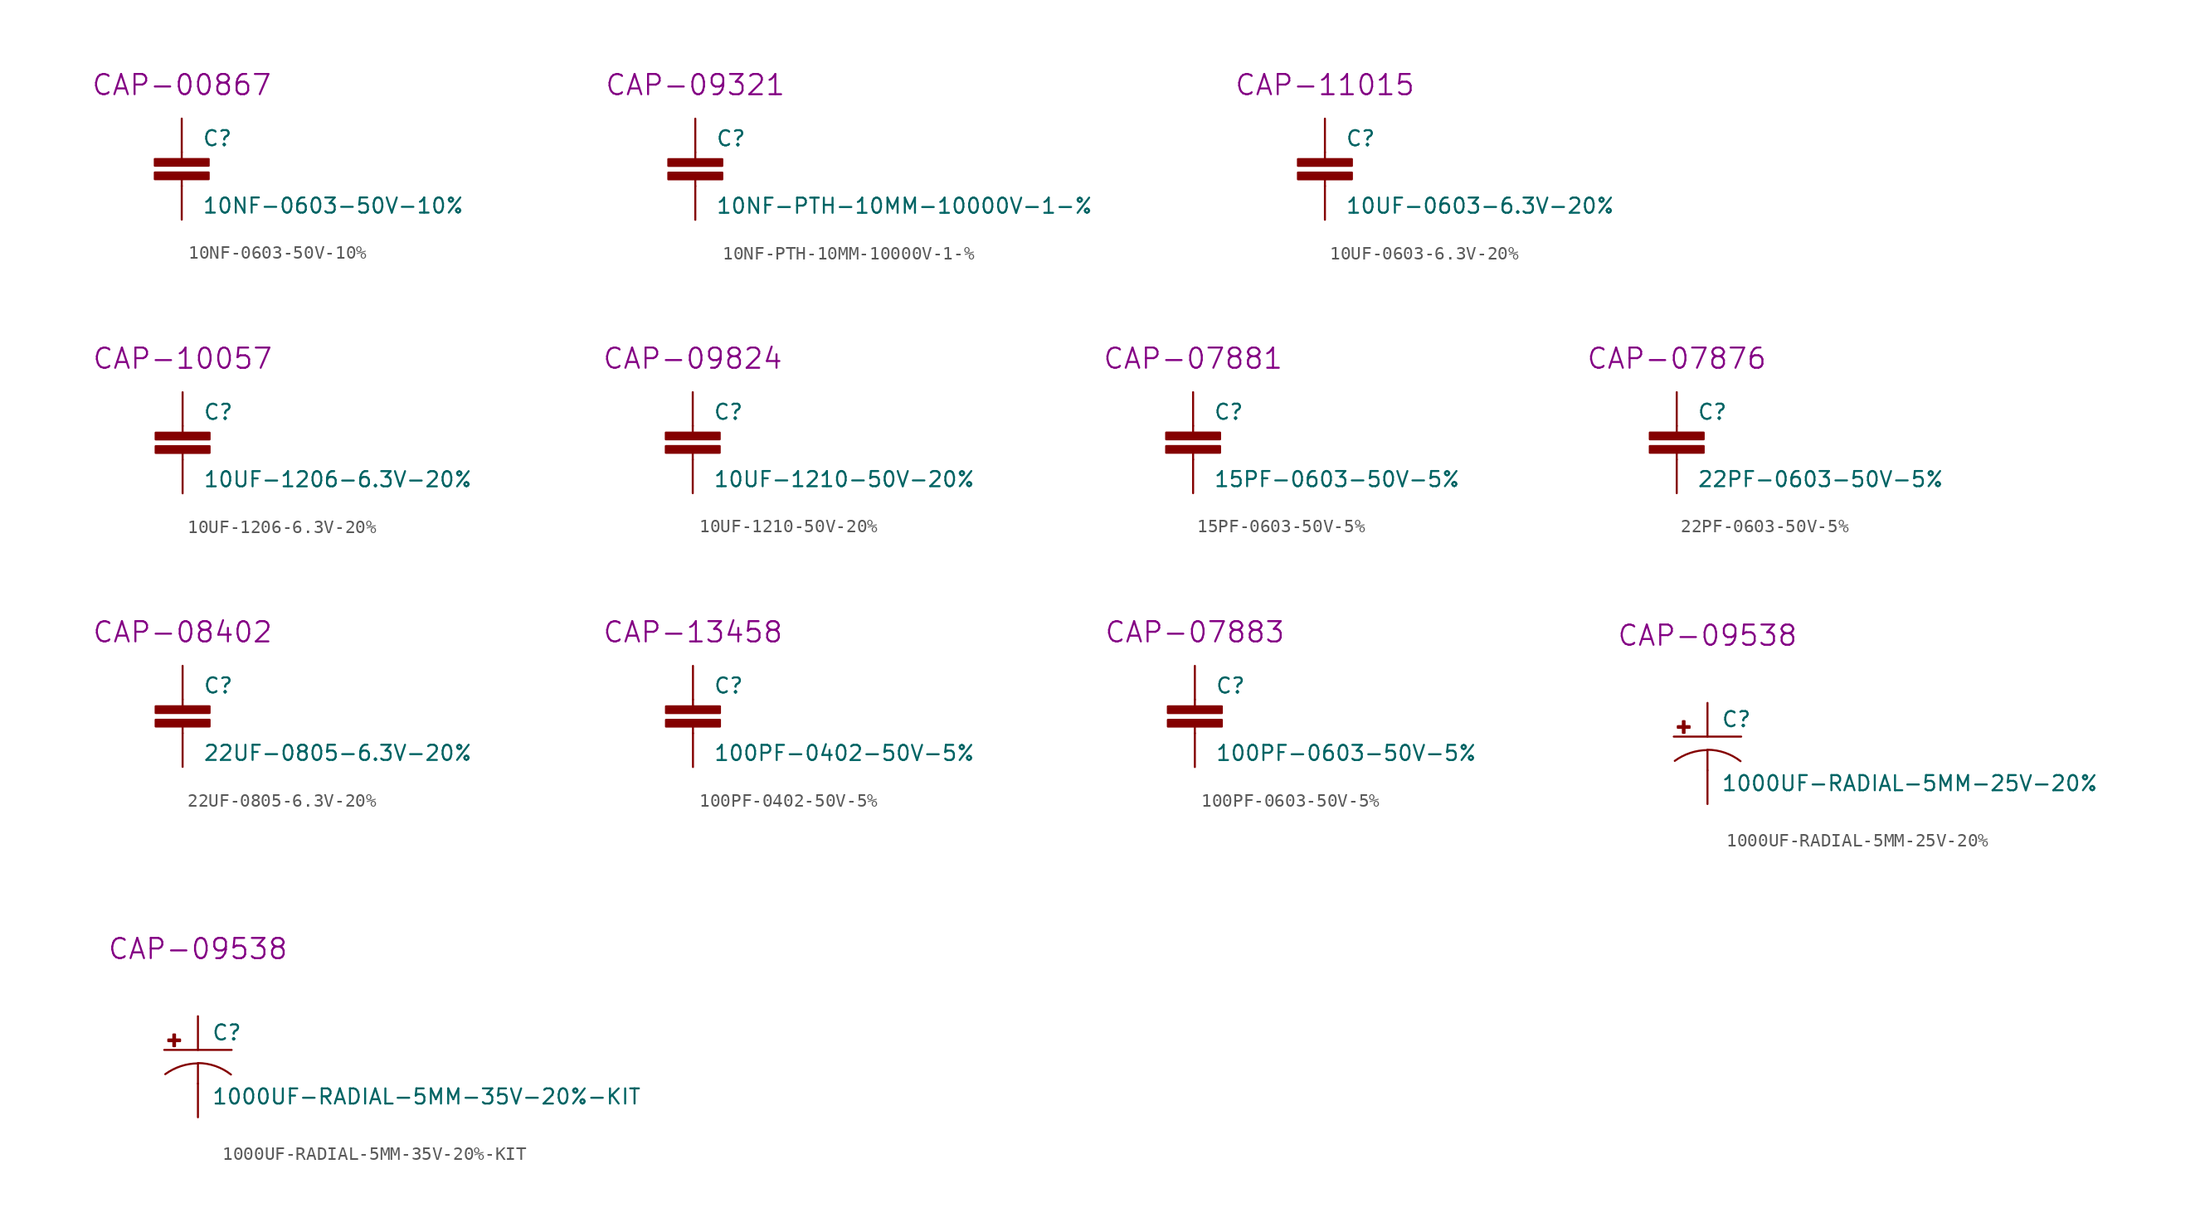
<source format=kicad_sym>
(kicad_symbol_lib
  (version 20220914)
  (generator kicad_symbol_editor)
  (symbol "10NF-0603-50V-10%"
    (pin_numbers hide)
    (pin_names
      (offset 1.016) hide)
    (property "Reference" "C"
      (at 1.524 2.921 0)
      (effects (font (size 1.143 1.143)) (justify left bottom)))
    (property "Value" "10NF-0603-50V-10%"
      (at 1.524 -2.159 0)
      (effects (font (size 1.143 1.143)) (justify left bottom)))
    (property "Field4" "CAP-00867"
      (at 0 7.62 0)
      (effects (font (size 1.524 1.524))))
    (property "ki_locked" ""
      (at 0 0 0)
      (effects (font (size 1.27 1.27))))
    (symbol "10NF-0603-50V-10%_1_0"
      (polyline (pts (xy 0 0) (xy 0 0.508)) (stroke (width 0) (type solid)) (fill (type none)))
      (polyline (pts (xy 0 2.54) (xy 0 2.032)) (stroke (width 0) (type solid)) (fill (type none))))
    (symbol "10NF-0603-50V-10%_1_1"
      (rectangle (start -2.032 0.508) (end 2.032 1.016) (stroke (width 0) (type solid)) (fill (type outline)))
      (rectangle (start -2.032 1.524) (end 2.032 2.032) (stroke (width 0) (type solid)) (fill (type outline)))
      (pin passive line (at 0 5.08 270) (length 2.54) (name "1" (effects (font (size 1.016 1.016)))) (number "1" (effects (font (size 1.016 1.016)))))
      (pin passive line (at 0 -2.54 90) (length 2.54) (name "2" (effects (font (size 1.016 1.016)))) (number "2" (effects (font (size 1.016 1.016)))))))
  (symbol "10NF-PTH-10MM-10000V-1-%"
    (pin_numbers hide)
    (pin_names
      (offset 1.016) hide)
    (property "Reference" "C"
      (at 1.524 2.921 0)
      (effects (font (size 1.143 1.143)) (justify left bottom)))
    (property "Value" "10NF-PTH-10MM-10000V-1-%"
      (at 1.524 -2.159 0)
      (effects (font (size 1.143 1.143)) (justify left bottom)))
    (property "Field4" "CAP-09321"
      (at 0 7.62 0)
      (effects (font (size 1.524 1.524))))
    (property "ki_locked" ""
      (at 0 0 0)
      (effects (font (size 1.27 1.27))))
    (symbol "10NF-PTH-10MM-10000V-1-%_1_0"
      (polyline (pts (xy 0 0) (xy 0 0.508)) (stroke (width 0) (type solid)) (fill (type none)))
      (polyline (pts (xy 0 2.54) (xy 0 2.032)) (stroke (width 0) (type solid)) (fill (type none))))
    (symbol "10NF-PTH-10MM-10000V-1-%_1_1"
      (rectangle (start -2.032 0.508) (end 2.032 1.016) (stroke (width 0) (type solid)) (fill (type outline)))
      (rectangle (start -2.032 1.524) (end 2.032 2.032) (stroke (width 0) (type solid)) (fill (type outline)))
      (pin passive line (at 0 5.08 270) (length 2.54) (name "1" (effects (font (size 1.016 1.016)))) (number "1" (effects (font (size 1.016 1.016)))))
      (pin passive line (at 0 -2.54 90) (length 2.54) (name "2" (effects (font (size 1.016 1.016)))) (number "2" (effects (font (size 1.016 1.016)))))))
  (symbol "10UF-0603-6.3V-20%"
    (pin_numbers hide)
    (pin_names
      (offset 1.016) hide)
    (property "Reference" "C"
      (at 1.524 2.921 0)
      (effects (font (size 1.143 1.143)) (justify left bottom)))
    (property "Value" "10UF-0603-6.3V-20%"
      (at 1.524 -2.159 0)
      (effects (font (size 1.143 1.143)) (justify left bottom)))
    (property "Field4" "CAP-11015"
      (at 0 7.62 0)
      (effects (font (size 1.524 1.524))))
    (property "ki_locked" ""
      (at 0 0 0)
      (effects (font (size 1.27 1.27))))
    (symbol "10UF-0603-6.3V-20%_1_0"
      (polyline (pts (xy 0 0) (xy 0 0.508)) (stroke (width 0) (type solid)) (fill (type none)))
      (polyline (pts (xy 0 2.54) (xy 0 2.032)) (stroke (width 0) (type solid)) (fill (type none))))
    (symbol "10UF-0603-6.3V-20%_1_1"
      (rectangle (start -2.032 0.508) (end 2.032 1.016) (stroke (width 0) (type solid)) (fill (type outline)))
      (rectangle (start -2.032 1.524) (end 2.032 2.032) (stroke (width 0) (type solid)) (fill (type outline)))
      (pin passive line (at 0 5.08 270) (length 2.54) (name "1" (effects (font (size 1.016 1.016)))) (number "1" (effects (font (size 1.016 1.016)))))
      (pin passive line (at 0 -2.54 90) (length 2.54) (name "2" (effects (font (size 1.016 1.016)))) (number "2" (effects (font (size 1.016 1.016)))))))
  (symbol "10UF-1206-6.3V-20%"
    (pin_numbers hide)
    (pin_names
      (offset 1.016) hide)
    (property "Reference" "C"
      (at 1.524 2.921 0)
      (effects (font (size 1.143 1.143)) (justify left bottom)))
    (property "Value" "10UF-1206-6.3V-20%"
      (at 1.524 -2.159 0)
      (effects (font (size 1.143 1.143)) (justify left bottom)))
    (property "Field4" "CAP-10057"
      (at 0 7.62 0)
      (effects (font (size 1.524 1.524))))
    (property "ki_locked" ""
      (at 0 0 0)
      (effects (font (size 1.27 1.27))))
    (symbol "10UF-1206-6.3V-20%_1_0"
      (polyline (pts (xy 0 0) (xy 0 0.508)) (stroke (width 0) (type solid)) (fill (type none)))
      (polyline (pts (xy 0 2.54) (xy 0 2.032)) (stroke (width 0) (type solid)) (fill (type none))))
    (symbol "10UF-1206-6.3V-20%_1_1"
      (rectangle (start -2.032 0.508) (end 2.032 1.016) (stroke (width 0) (type solid)) (fill (type outline)))
      (rectangle (start -2.032 1.524) (end 2.032 2.032) (stroke (width 0) (type solid)) (fill (type outline)))
      (pin passive line (at 0 5.08 270) (length 2.54) (name "1" (effects (font (size 1.016 1.016)))) (number "1" (effects (font (size 1.016 1.016)))))
      (pin passive line (at 0 -2.54 90) (length 2.54) (name "2" (effects (font (size 1.016 1.016)))) (number "2" (effects (font (size 1.016 1.016)))))))
  (symbol "10UF-1210-50V-20%"
    (pin_numbers hide)
    (pin_names
      (offset 1.016) hide)
    (property "Reference" "C"
      (at 1.524 2.921 0)
      (effects (font (size 1.143 1.143)) (justify left bottom)))
    (property "Value" "10UF-1210-50V-20%"
      (at 1.524 -2.159 0)
      (effects (font (size 1.143 1.143)) (justify left bottom)))
    (property "Field4" "CAP-09824"
      (at 0 7.62 0)
      (effects (font (size 1.524 1.524))))
    (property "ki_locked" ""
      (at 0 0 0)
      (effects (font (size 1.27 1.27))))
    (symbol "10UF-1210-50V-20%_1_0"
      (polyline (pts (xy 0 0) (xy 0 0.508)) (stroke (width 0) (type solid)) (fill (type none)))
      (polyline (pts (xy 0 2.54) (xy 0 2.032)) (stroke (width 0) (type solid)) (fill (type none))))
    (symbol "10UF-1210-50V-20%_1_1"
      (rectangle (start -2.032 0.508) (end 2.032 1.016) (stroke (width 0) (type solid)) (fill (type outline)))
      (rectangle (start -2.032 1.524) (end 2.032 2.032) (stroke (width 0) (type solid)) (fill (type outline)))
      (pin passive line (at 0 5.08 270) (length 2.54) (name "1" (effects (font (size 1.016 1.016)))) (number "1" (effects (font (size 1.016 1.016)))))
      (pin passive line (at 0 -2.54 90) (length 2.54) (name "2" (effects (font (size 1.016 1.016)))) (number "2" (effects (font (size 1.016 1.016)))))))
  (symbol "15PF-0603-50V-5%"
    (pin_numbers hide)
    (pin_names
      (offset 1.016) hide)
    (property "Reference" "C"
      (at 1.524 2.921 0)
      (effects (font (size 1.143 1.143)) (justify left bottom)))
    (property "Value" "15PF-0603-50V-5%"
      (at 1.524 -2.159 0)
      (effects (font (size 1.143 1.143)) (justify left bottom)))
    (property "Field4" "CAP-07881"
      (at 0 7.62 0)
      (effects (font (size 1.524 1.524))))
    (property "ki_locked" ""
      (at 0 0 0)
      (effects (font (size 1.27 1.27))))
    (symbol "15PF-0603-50V-5%_1_0"
      (polyline (pts (xy 0 0) (xy 0 0.508)) (stroke (width 0) (type solid)) (fill (type none)))
      (polyline (pts (xy 0 2.54) (xy 0 2.032)) (stroke (width 0) (type solid)) (fill (type none))))
    (symbol "15PF-0603-50V-5%_1_1"
      (rectangle (start -2.032 0.508) (end 2.032 1.016) (stroke (width 0) (type solid)) (fill (type outline)))
      (rectangle (start -2.032 1.524) (end 2.032 2.032) (stroke (width 0) (type solid)) (fill (type outline)))
      (pin passive line (at 0 5.08 270) (length 2.54) (name "1" (effects (font (size 1.016 1.016)))) (number "1" (effects (font (size 1.016 1.016)))))
      (pin passive line (at 0 -2.54 90) (length 2.54) (name "2" (effects (font (size 1.016 1.016)))) (number "2" (effects (font (size 1.016 1.016)))))))
  (symbol "22PF-0603-50V-5%"
    (pin_numbers hide)
    (pin_names
      (offset 1.016) hide)
    (property "Reference" "C"
      (at 1.524 2.921 0)
      (effects (font (size 1.143 1.143)) (justify left bottom)))
    (property "Value" "22PF-0603-50V-5%"
      (at 1.524 -2.159 0)
      (effects (font (size 1.143 1.143)) (justify left bottom)))
    (property "Field4" "CAP-07876"
      (at 0 7.62 0)
      (effects (font (size 1.524 1.524))))
    (property "ki_locked" ""
      (at 0 0 0)
      (effects (font (size 1.27 1.27))))
    (symbol "22PF-0603-50V-5%_1_0"
      (polyline (pts (xy 0 0) (xy 0 0.508)) (stroke (width 0) (type solid)) (fill (type none)))
      (polyline (pts (xy 0 2.54) (xy 0 2.032)) (stroke (width 0) (type solid)) (fill (type none))))
    (symbol "22PF-0603-50V-5%_1_1"
      (rectangle (start -2.032 0.508) (end 2.032 1.016) (stroke (width 0) (type solid)) (fill (type outline)))
      (rectangle (start -2.032 1.524) (end 2.032 2.032) (stroke (width 0) (type solid)) (fill (type outline)))
      (pin passive line (at 0 5.08 270) (length 2.54) (name "1" (effects (font (size 1.016 1.016)))) (number "1" (effects (font (size 1.016 1.016)))))
      (pin passive line (at 0 -2.54 90) (length 2.54) (name "2" (effects (font (size 1.016 1.016)))) (number "2" (effects (font (size 1.016 1.016)))))))
  (symbol "22UF-0805-6.3V-20%"
    (pin_numbers hide)
    (pin_names
      (offset 1.016) hide)
    (property "Reference" "C"
      (at 1.524 2.921 0)
      (effects (font (size 1.143 1.143)) (justify left bottom)))
    (property "Value" "22UF-0805-6.3V-20%"
      (at 1.524 -2.159 0)
      (effects (font (size 1.143 1.143)) (justify left bottom)))
    (property "Field4" "CAP-08402"
      (at 0 7.62 0)
      (effects (font (size 1.524 1.524))))
    (property "ki_locked" ""
      (at 0 0 0)
      (effects (font (size 1.27 1.27))))
    (symbol "22UF-0805-6.3V-20%_1_0"
      (polyline (pts (xy 0 0) (xy 0 0.508)) (stroke (width 0) (type solid)) (fill (type none)))
      (polyline (pts (xy 0 2.54) (xy 0 2.032)) (stroke (width 0) (type solid)) (fill (type none))))
    (symbol "22UF-0805-6.3V-20%_1_1"
      (rectangle (start -2.032 0.508) (end 2.032 1.016) (stroke (width 0) (type solid)) (fill (type outline)))
      (rectangle (start -2.032 1.524) (end 2.032 2.032) (stroke (width 0) (type solid)) (fill (type outline)))
      (pin passive line (at 0 5.08 270) (length 2.54) (name "1" (effects (font (size 1.016 1.016)))) (number "1" (effects (font (size 1.016 1.016)))))
      (pin passive line (at 0 -2.54 90) (length 2.54) (name "2" (effects (font (size 1.016 1.016)))) (number "2" (effects (font (size 1.016 1.016)))))))
  (symbol "100PF-0402-50V-5%"
    (pin_numbers hide)
    (pin_names
      (offset 1.016) hide)
    (property "Reference" "C"
      (at 1.524 2.921 0)
      (effects (font (size 1.143 1.143)) (justify left bottom)))
    (property "Value" "100PF-0402-50V-5%"
      (at 1.524 -2.159 0)
      (effects (font (size 1.143 1.143)) (justify left bottom)))
    (property "Field4" "CAP-13458"
      (at 0 7.62 0)
      (effects (font (size 1.524 1.524))))
    (property "ki_locked" ""
      (at 0 0 0)
      (effects (font (size 1.27 1.27))))
    (symbol "100PF-0402-50V-5%_1_0"
      (polyline (pts (xy 0 0) (xy 0 0.508)) (stroke (width 0) (type solid)) (fill (type none)))
      (polyline (pts (xy 0 2.54) (xy 0 2.032)) (stroke (width 0) (type solid)) (fill (type none))))
    (symbol "100PF-0402-50V-5%_1_1"
      (rectangle (start -2.032 0.508) (end 2.032 1.016) (stroke (width 0) (type solid)) (fill (type outline)))
      (rectangle (start -2.032 1.524) (end 2.032 2.032) (stroke (width 0) (type solid)) (fill (type outline)))
      (pin passive line (at 0 5.08 270) (length 2.54) (name "1" (effects (font (size 1.016 1.016)))) (number "1" (effects (font (size 1.016 1.016)))))
      (pin passive line (at 0 -2.54 90) (length 2.54) (name "2" (effects (font (size 1.016 1.016)))) (number "2" (effects (font (size 1.016 1.016)))))))
  (symbol "100PF-0603-50V-5%"
    (pin_numbers hide)
    (pin_names
      (offset 1.016) hide)
    (property "Reference" "C"
      (at 1.524 2.921 0)
      (effects (font (size 1.143 1.143)) (justify left bottom)))
    (property "Value" "100PF-0603-50V-5%"
      (at 1.524 -2.159 0)
      (effects (font (size 1.143 1.143)) (justify left bottom)))
    (property "Field4" "CAP-07883"
      (at 0 7.62 0)
      (effects (font (size 1.524 1.524))))
    (property "ki_locked" ""
      (at 0 0 0)
      (effects (font (size 1.27 1.27))))
    (symbol "100PF-0603-50V-5%_1_0"
      (polyline (pts (xy 0 0) (xy 0 0.508)) (stroke (width 0) (type solid)) (fill (type none)))
      (polyline (pts (xy 0 2.54) (xy 0 2.032)) (stroke (width 0) (type solid)) (fill (type none))))
    (symbol "100PF-0603-50V-5%_1_1"
      (rectangle (start -2.032 0.508) (end 2.032 1.016) (stroke (width 0) (type solid)) (fill (type outline)))
      (rectangle (start -2.032 1.524) (end 2.032 2.032) (stroke (width 0) (type solid)) (fill (type outline)))
      (pin passive line (at 0 5.08 270) (length 2.54) (name "1" (effects (font (size 1.016 1.016)))) (number "1" (effects (font (size 1.016 1.016)))))
      (pin passive line (at 0 -2.54 90) (length 2.54) (name "2" (effects (font (size 1.016 1.016)))) (number "2" (effects (font (size 1.016 1.016)))))))
  (symbol "1000UF-RADIAL-5MM-25V-20%"
    (pin_numbers hide)
    (pin_names
      (offset 1.016) hide)
    (property "Reference" "C"
      (at 1.016 0.635 0)
      (effects (font (size 1.143 1.143)) (justify left bottom)))
    (property "Value" "1000UF-RADIAL-5MM-25V-20%"
      (at 1.016 -4.191 0)
      (effects (font (size 1.143 1.143)) (justify left bottom)))
    (property "Field4" "CAP-09538"
      (at 0 7.62 0)
      (effects (font (size 1.524 1.524))))
    (property "ki_locked" ""
      (at 0 0 0)
      (effects (font (size 1.27 1.27))))
    (symbol "1000UF-RADIAL-5MM-25V-20%_1_0"
      (polyline (pts (xy -2.54 0) (xy 2.54 0)) (stroke (width 0) (type solid)) (fill (type none)))
      (polyline (pts (xy 0 -1.016) (xy 0 -2.54)) (stroke (width 0) (type solid)) (fill (type none))))
    (symbol "1000UF-RADIAL-5MM-25V-20%_1_1"
      (rectangle (start -2.235 0.66) (end -1.346 0.787) (stroke (width 0) (type solid)) (fill (type outline)))
      (rectangle (start -1.854 0.279) (end -1.727 1.168) (stroke (width 0) (type solid)) (fill (type outline)))
      (arc (start 0 -1.016) (mid -1.2939 -1.2289) (end -2.4638 -1.8288) (stroke (width 0) (type solid)) (fill (type none)))
      (arc (start 2.4892 -1.8542) (mid 1.3167 -1.2157) (end 0 -0.9906) (stroke (width 0) (type solid)) (fill (type none)))
      (pin passive line (at 0 2.54 270) (length 2.54) (name "+" (effects (font (size 1.016 1.016)))) (number "+" (effects (font (size 1.016 1.016)))))
      (pin passive line (at 0 -5.08 90) (length 2.54) (name "-" (effects (font (size 1.016 1.016)))) (number "-" (effects (font (size 1.016 1.016)))))))
  (symbol "1000UF-RADIAL-5MM-35V-20%-KIT"
    (pin_numbers hide)
    (pin_names
      (offset 1.016) hide)
    (property "Reference" "C"
      (at 1.016 0.635 0)
      (effects (font (size 1.143 1.143)) (justify left bottom)))
    (property "Value" "1000UF-RADIAL-5MM-35V-20%-KIT"
      (at 1.016 -4.191 0)
      (effects (font (size 1.143 1.143)) (justify left bottom)))
    (property "Field4" "CAP-09538"
      (at 0 7.62 0)
      (effects (font (size 1.524 1.524))))
    (property "ki_locked" ""
      (at 0 0 0)
      (effects (font (size 1.27 1.27))))
    (symbol "1000UF-RADIAL-5MM-35V-20%-KIT_1_0"
      (polyline (pts (xy -2.54 0) (xy 2.54 0)) (stroke (width 0) (type solid)) (fill (type none)))
      (polyline (pts (xy 0 -1.016) (xy 0 -2.54)) (stroke (width 0) (type solid)) (fill (type none))))
    (symbol "1000UF-RADIAL-5MM-35V-20%-KIT_1_1"
      (rectangle (start -2.235 0.66) (end -1.346 0.787) (stroke (width 0) (type solid)) (fill (type outline)))
      (rectangle (start -1.854 0.279) (end -1.727 1.168) (stroke (width 0) (type solid)) (fill (type outline)))
      (arc (start 0 -1.016) (mid -1.2939 -1.2289) (end -2.4638 -1.8288) (stroke (width 0) (type solid)) (fill (type none)))
      (arc (start 2.4892 -1.8542) (mid 1.3167 -1.2157) (end 0 -0.9906) (stroke (width 0) (type solid)) (fill (type none)))
      (pin passive line (at 0 2.54 270) (length 2.54) (name "+" (effects (font (size 1.016 1.016)))) (number "+" (effects (font (size 1.016 1.016)))))
      (pin passive line (at 0 -5.08 90) (length 2.54) (name "-" (effects (font (size 1.016 1.016)))) (number "-" (effects (font (size 1.016 1.016))))))))
</source>
